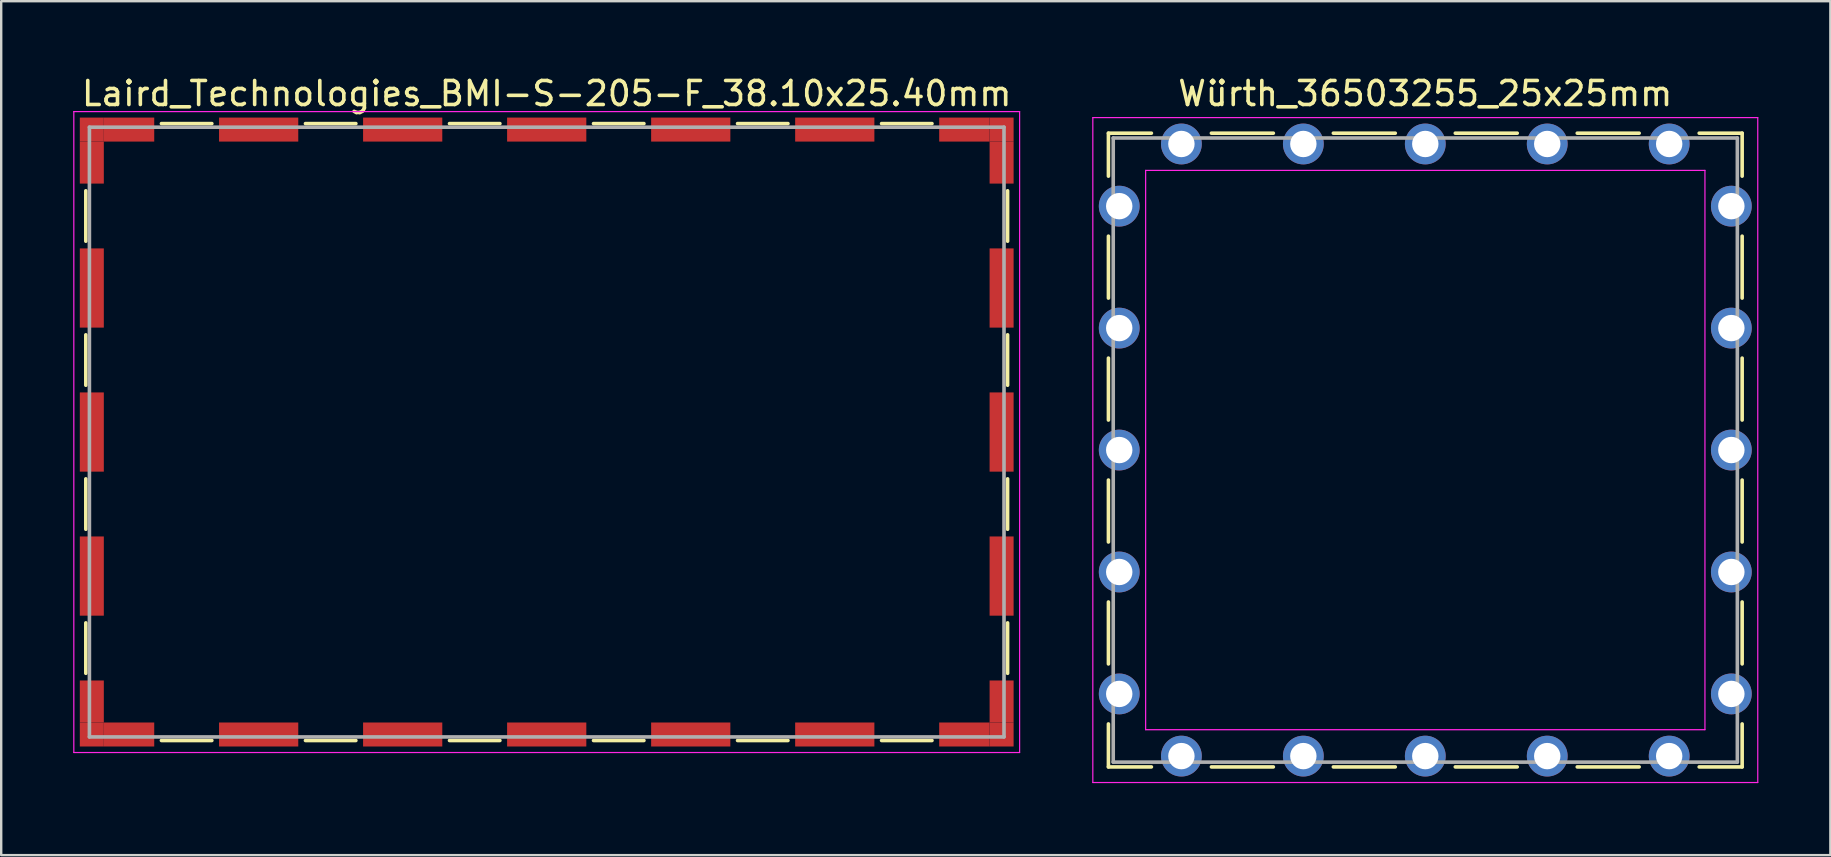
<source format=kicad_pcb>
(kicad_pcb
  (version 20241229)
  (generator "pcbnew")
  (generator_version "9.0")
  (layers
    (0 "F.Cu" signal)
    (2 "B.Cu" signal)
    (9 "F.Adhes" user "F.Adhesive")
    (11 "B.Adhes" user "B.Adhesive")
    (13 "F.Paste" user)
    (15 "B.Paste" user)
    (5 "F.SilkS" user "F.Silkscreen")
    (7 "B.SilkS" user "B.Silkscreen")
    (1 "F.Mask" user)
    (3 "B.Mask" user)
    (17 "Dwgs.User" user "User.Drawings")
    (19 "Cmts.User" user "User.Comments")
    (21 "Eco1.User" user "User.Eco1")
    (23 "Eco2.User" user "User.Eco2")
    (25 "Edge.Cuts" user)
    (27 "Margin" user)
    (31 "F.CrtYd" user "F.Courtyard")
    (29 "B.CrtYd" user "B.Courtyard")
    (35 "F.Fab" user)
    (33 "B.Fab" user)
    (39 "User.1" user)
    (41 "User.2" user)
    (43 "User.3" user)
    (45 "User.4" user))
  (footprint "Laird_Technologies_BMI-S-205-F_38.10x25.40mm"
    (layer "F.Cu")
    (at 19.725 14.948)
    (property "Reference" "Laird_Technologies_BMI-S-205-F_38.10x25.40mm" (at 0 -14.1 0) (layer "F.SilkS") (effects (font (size 1 1) (thickness 0.15))))
    (attr smd)
    (fp_line (start -19.2 -10.05) (end -19.2 -7.95) (stroke (width 0.15) (type solid)) (layer "F.SilkS"))
    (fp_line (start -19.2 -4.05) (end -19.2 -1.95) (stroke (width 0.15) (type solid)) (layer "F.SilkS"))
    (fp_line (start -19.2 1.95) (end -19.2 4.05) (stroke (width 0.15) (type solid)) (layer "F.SilkS"))
    (fp_line (start -19.2 7.95) (end -19.2 10.05) (stroke (width 0.15) (type solid)) (layer "F.SilkS"))
    (fp_line (start -16.05 -12.85) (end -13.95 -12.85) (stroke (width 0.15) (type solid)) (layer "F.SilkS"))
    (fp_line (start -16.05 12.85) (end -13.95 12.85) (stroke (width 0.15) (type solid)) (layer "F.SilkS"))
    (fp_line (start -10.05 -12.85) (end -7.95 -12.85) (stroke (width 0.15) (type solid)) (layer "F.SilkS"))
    (fp_line (start -10.05 12.85) (end -7.95 12.85) (stroke (width 0.15) (type solid)) (layer "F.SilkS"))
    (fp_line (start -4.05 -12.85) (end -1.95 -12.85) (stroke (width 0.15) (type solid)) (layer "F.SilkS"))
    (fp_line (start -4.05 12.85) (end -1.95 12.85) (stroke (width 0.15) (type solid)) (layer "F.SilkS"))
    (fp_line (start 1.95 -12.85) (end 4.05 -12.85) (stroke (width 0.15) (type solid)) (layer "F.SilkS"))
    (fp_line (start 1.95 12.85) (end 4.05 12.85) (stroke (width 0.15) (type solid)) (layer "F.SilkS"))
    (fp_line (start 7.95 -12.85) (end 10.05 -12.85) (stroke (width 0.15) (type solid)) (layer "F.SilkS"))
    (fp_line (start 7.95 12.85) (end 10.05 12.85) (stroke (width 0.15) (type solid)) (layer "F.SilkS"))
    (fp_line (start 13.95 -12.85) (end 16.05 -12.85) (stroke (width 0.15) (type solid)) (layer "F.SilkS"))
    (fp_line (start 13.95 12.85) (end 16.05 12.85) (stroke (width 0.15) (type solid)) (layer "F.SilkS"))
    (fp_line (start 19.2 -10.05) (end 19.2 -7.95) (stroke (width 0.15) (type solid)) (layer "F.SilkS"))
    (fp_line (start 19.2 -4.05) (end 19.2 -1.95) (stroke (width 0.15) (type solid)) (layer "F.SilkS"))
    (fp_line (start 19.2 1.95) (end 19.2 4.05) (stroke (width 0.15) (type solid)) (layer "F.SilkS"))
    (fp_line (start 19.2 7.95) (end 19.2 10.05) (stroke (width 0.15) (type solid)) (layer "F.SilkS"))
    (fp_line (start -19.7 -13.35) (end -19.7 13.35) (stroke (width 0.05) (type solid)) (layer "F.CrtYd"))
    (fp_line (start -19.7 13.35) (end 19.7 13.35) (stroke (width 0.05) (type solid)) (layer "F.CrtYd"))
    (fp_line (start 19.7 -13.35) (end -19.7 -13.35) (stroke (width 0.05) (type solid)) (layer "F.CrtYd"))
    (fp_line (start 19.7 13.35) (end 19.7 -13.35) (stroke (width 0.05) (type solid)) (layer "F.CrtYd"))
    (fp_line (start -19.05 -12.7) (end -19.05 12.7) (stroke (width 0.15) (type solid)) (layer "F.Fab"))
    (fp_line (start -19.05 12.7) (end 19.05 12.7) (stroke (width 0.15) (type solid)) (layer "F.Fab"))
    (fp_line (start 19.05 -12.7) (end -19.05 -12.7) (stroke (width 0.15) (type solid)) (layer "F.Fab"))
    (fp_line (start 19.05 12.7) (end 19.05 -12.7) (stroke (width 0.15) (type solid)) (layer "F.Fab"))
    (pad "1" smd rect (at -18.95 -12.6) (size 1 1) (layers "F.Cu" "F.Mask"))
    (pad "1" smd rect (at -18.95 -11.225) (size 1 1.75) (layers "F.Cu" "F.Mask"))
    (pad "1" smd rect (at -18.95 -6) (size 1 3.3) (layers "F.Cu" "F.Mask"))
    (pad "1" smd rect (at -18.95 0) (size 1 3.3) (layers "F.Cu" "F.Mask"))
    (pad "1" smd rect (at -18.95 6) (size 1 3.3) (layers "F.Cu" "F.Mask"))
    (pad "1" smd rect (at -18.95 11.225) (size 1 1.75) (layers "F.Cu" "F.Mask"))
    (pad "1" smd rect (at -18.95 12.6) (size 1 1) (layers "F.Cu" "F.Mask"))
    (pad "1" smd rect (at -17.4 -12.6) (size 2.1 1) (layers "F.Cu" "F.Mask"))
    (pad "1" smd rect (at -17.4 12.6) (size 2.1 1) (layers "F.Cu" "F.Mask"))
    (pad "1" smd rect (at -12 -12.6) (size 3.3 1) (layers "F.Cu" "F.Mask"))
    (pad "1" smd rect (at -12 12.6) (size 3.3 1) (layers "F.Cu" "F.Mask"))
    (pad "1" smd rect (at -6 -12.6) (size 3.3 1) (layers "F.Cu" "F.Mask"))
    (pad "1" smd rect (at -6 12.6) (size 3.3 1) (layers "F.Cu" "F.Mask"))
    (pad "1" smd rect (at 0 -12.6) (size 3.3 1) (layers "F.Cu" "F.Mask"))
    (pad "1" smd rect (at 0 12.6) (size 3.3 1) (layers "F.Cu" "F.Mask"))
    (pad "1" smd rect (at 6 -12.6) (size 3.3 1) (layers "F.Cu" "F.Mask"))
    (pad "1" smd rect (at 6 12.6) (size 3.3 1) (layers "F.Cu" "F.Mask"))
    (pad "1" smd rect (at 12 -12.6) (size 3.3 1) (layers "F.Cu" "F.Mask"))
    (pad "1" smd rect (at 12 12.6) (size 3.3 1) (layers "F.Cu" "F.Mask"))
    (pad "1" smd rect (at 17.4 -12.6) (size 2.1 1) (layers "F.Cu" "F.Mask"))
    (pad "1" smd rect (at 17.4 12.6) (size 2.1 1) (layers "F.Cu" "F.Mask"))
    (pad "1" smd rect (at 18.95 -12.6) (size 1 1) (layers "F.Cu" "F.Mask"))
    (pad "1" smd rect (at 18.95 -11.225) (size 1 1.75) (layers "F.Cu" "F.Mask"))
    (pad "1" smd rect (at 18.95 -6) (size 1 3.3) (layers "F.Cu" "F.Mask"))
    (pad "1" smd rect (at 18.95 0) (size 1 3.3) (layers "F.Cu" "F.Mask"))
    (pad "1" smd rect (at 18.95 6) (size 1 3.3) (layers "F.Cu" "F.Mask"))
    (pad "1" smd rect (at 18.95 11.225) (size 1 1.75) (layers "F.Cu" "F.Mask"))
    (pad "1" smd rect (at 18.95 12.6) (size 1 1) (layers "F.Cu" "F.Mask")))
  (footprint "Würth_36503255_25x25mm"
    (layer "F.Cu")
    (at 56.325 15.698)
    (property "Reference" "Würth_36503255_25x25mm" (at 0 -14.85 0) (layer "F.SilkS") (effects (font (size 1 1) (thickness 0.15))))
    (attr through_hole)
    (fp_line (start -13.2 -13.2) (end -11.41 -13.2) (stroke (width 0.15) (type solid)) (layer "F.SilkS"))
    (fp_line (start -13.2 -11.41) (end -13.2 -13.2) (stroke (width 0.15) (type solid)) (layer "F.SilkS"))
    (fp_line (start -13.2 -6.33) (end -13.2 -8.91) (stroke (width 0.15) (type solid)) (layer "F.SilkS"))
    (fp_line (start -13.2 -1.25) (end -13.2 -3.83) (stroke (width 0.15) (type solid)) (layer "F.SilkS"))
    (fp_line (start -13.2 1.25) (end -13.2 3.83) (stroke (width 0.15) (type solid)) (layer "F.SilkS"))
    (fp_line (start -13.2 6.33) (end -13.2 8.91) (stroke (width 0.15) (type solid)) (layer "F.SilkS"))
    (fp_line (start -13.2 11.41) (end -13.2 13.2) (stroke (width 0.15) (type solid)) (layer "F.SilkS"))
    (fp_line (start -13.2 13.2) (end -11.41 13.2) (stroke (width 0.15) (type solid)) (layer "F.SilkS"))
    (fp_line (start -6.33 -13.2) (end -8.91 -13.2) (stroke (width 0.15) (type solid)) (layer "F.SilkS"))
    (fp_line (start -6.33 13.2) (end -8.91 13.2) (stroke (width 0.15) (type solid)) (layer "F.SilkS"))
    (fp_line (start -1.25 -13.2) (end -3.83 -13.2) (stroke (width 0.15) (type solid)) (layer "F.SilkS"))
    (fp_line (start -1.25 13.2) (end -3.83 13.2) (stroke (width 0.15) (type solid)) (layer "F.SilkS"))
    (fp_line (start 1.25 -13.2) (end 3.83 -13.2) (stroke (width 0.15) (type solid)) (layer "F.SilkS"))
    (fp_line (start 1.25 13.2) (end 3.83 13.2) (stroke (width 0.15) (type solid)) (layer "F.SilkS"))
    (fp_line (start 6.33 -13.2) (end 8.91 -13.2) (stroke (width 0.15) (type solid)) (layer "F.SilkS"))
    (fp_line (start 6.33 13.2) (end 8.91 13.2) (stroke (width 0.15) (type solid)) (layer "F.SilkS"))
    (fp_line (start 13.2 -13.2) (end 11.41 -13.2) (stroke (width 0.15) (type solid)) (layer "F.SilkS"))
    (fp_line (start 13.2 -11.41) (end 13.2 -13.2) (stroke (width 0.15) (type solid)) (layer "F.SilkS"))
    (fp_line (start 13.2 -6.33) (end 13.2 -8.91) (stroke (width 0.15) (type solid)) (layer "F.SilkS"))
    (fp_line (start 13.2 -1.25) (end 13.2 -3.83) (stroke (width 0.15) (type solid)) (layer "F.SilkS"))
    (fp_line (start 13.2 1.25) (end 13.2 3.83) (stroke (width 0.15) (type solid)) (layer "F.SilkS"))
    (fp_line (start 13.2 6.33) (end 13.2 8.91) (stroke (width 0.15) (type solid)) (layer "F.SilkS"))
    (fp_line (start 13.2 11.41) (end 13.2 13.2) (stroke (width 0.15) (type solid)) (layer "F.SilkS"))
    (fp_line (start 13.2 13.2) (end 11.41 13.2) (stroke (width 0.15) (type solid)) (layer "F.SilkS"))
    (fp_line (start -13.85 -13.85) (end -13.85 13.85) (stroke (width 0.05) (type solid)) (layer "F.CrtYd"))
    (fp_line (start -13.85 13.85) (end 13.85 13.85) (stroke (width 0.05) (type solid)) (layer "F.CrtYd"))
    (fp_line (start -11.65 -11.65) (end -11.65 11.65) (stroke (width 0.05) (type solid)) (layer "F.CrtYd"))
    (fp_line (start -11.65 11.65) (end 11.65 11.65) (stroke (width 0.05) (type solid)) (layer "F.CrtYd"))
    (fp_line (start 11.65 -11.65) (end -11.65 -11.65) (stroke (width 0.05) (type solid)) (layer "F.CrtYd"))
    (fp_line (start 11.65 11.65) (end 11.65 -11.65) (stroke (width 0.05) (type solid)) (layer "F.CrtYd"))
    (fp_line (start 13.85 -13.85) (end -13.85 -13.85) (stroke (width 0.05) (type solid)) (layer "F.CrtYd"))
    (fp_line (start 13.85 13.85) (end 13.85 -13.85) (stroke (width 0.05) (type solid)) (layer "F.CrtYd"))
    (fp_line (start -13 -13) (end -13 13) (stroke (width 0.15) (type solid)) (layer "F.Fab"))
    (fp_line (start -13 13) (end 13 13) (stroke (width 0.15) (type solid)) (layer "F.Fab"))
    (fp_line (start 13 -13) (end -13 -13) (stroke (width 0.15) (type solid)) (layer "F.Fab"))
    (fp_line (start 13 13) (end 13 -13) (stroke (width 0.15) (type solid)) (layer "F.Fab"))
    (pad "1" thru_hole circle (at -12.75 -10.16) (size 1.7 1.7) (drill 1.1) (layers "*.Cu" "*.Mask"))
    (pad "1" thru_hole circle (at -12.75 -5.08) (size 1.7 1.7) (drill 1.1) (layers "*.Cu" "*.Mask"))
    (pad "1" thru_hole circle (at -12.75 0) (size 1.7 1.7) (drill 1.1) (layers "*.Cu" "*.Mask"))
    (pad "1" thru_hole circle (at -12.75 5.08) (size 1.7 1.7) (drill 1.1) (layers "*.Cu" "*.Mask"))
    (pad "1" thru_hole circle (at -12.75 10.16) (size 1.7 1.7) (drill 1.1) (layers "*.Cu" "*.Mask"))
    (pad "1" thru_hole circle (at -10.16 -12.75) (size 1.7 1.7) (drill 1.1) (layers "*.Cu" "*.Mask"))
    (pad "1" thru_hole circle (at -10.16 12.75) (size 1.7 1.7) (drill 1.1) (layers "*.Cu" "*.Mask"))
    (pad "1" thru_hole circle (at -5.08 -12.75) (size 1.7 1.7) (drill 1.1) (layers "*.Cu" "*.Mask"))
    (pad "1" thru_hole circle (at -5.08 12.75) (size 1.7 1.7) (drill 1.1) (layers "*.Cu" "*.Mask"))
    (pad "1" thru_hole circle (at 0 -12.75) (size 1.7 1.7) (drill 1.1) (layers "*.Cu" "*.Mask"))
    (pad "1" thru_hole circle (at 0 12.75) (size 1.7 1.7) (drill 1.1) (layers "*.Cu" "*.Mask"))
    (pad "1" thru_hole circle (at 5.08 -12.75) (size 1.7 1.7) (drill 1.1) (layers "*.Cu" "*.Mask"))
    (pad "1" thru_hole circle (at 5.08 12.75) (size 1.7 1.7) (drill 1.1) (layers "*.Cu" "*.Mask"))
    (pad "1" thru_hole circle (at 10.16 -12.75) (size 1.7 1.7) (drill 1.1) (layers "*.Cu" "*.Mask"))
    (pad "1" thru_hole circle (at 10.16 12.75) (size 1.7 1.7) (drill 1.1) (layers "*.Cu" "*.Mask"))
    (pad "1" thru_hole circle (at 12.75 -10.16) (size 1.7 1.7) (drill 1.1) (layers "*.Cu" "*.Mask"))
    (pad "1" thru_hole circle (at 12.75 -5.08) (size 1.7 1.7) (drill 1.1) (layers "*.Cu" "*.Mask"))
    (pad "1" thru_hole circle (at 12.75 0) (size 1.7 1.7) (drill 1.1) (layers "*.Cu" "*.Mask"))
    (pad "1" thru_hole circle (at 12.75 5.08) (size 1.7 1.7) (drill 1.1) (layers "*.Cu" "*.Mask"))
    (pad "1" thru_hole circle (at 12.75 10.16) (size 1.7 1.7) (drill 1.1) (layers "*.Cu" "*.Mask")))
  (gr_rect
    (start -3 -3)
    (end 73.2 32.573)
    (stroke (width 0.1) (type default))
    (fill no)
    (layer "Edge.Cuts")))
</source>
